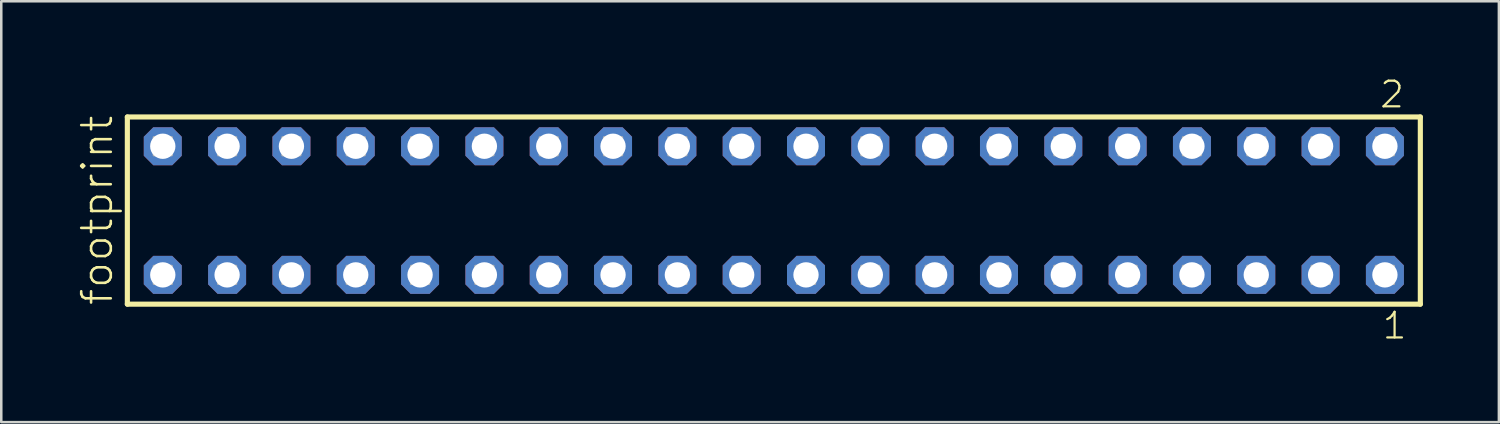
<source format=kicad_pcb>
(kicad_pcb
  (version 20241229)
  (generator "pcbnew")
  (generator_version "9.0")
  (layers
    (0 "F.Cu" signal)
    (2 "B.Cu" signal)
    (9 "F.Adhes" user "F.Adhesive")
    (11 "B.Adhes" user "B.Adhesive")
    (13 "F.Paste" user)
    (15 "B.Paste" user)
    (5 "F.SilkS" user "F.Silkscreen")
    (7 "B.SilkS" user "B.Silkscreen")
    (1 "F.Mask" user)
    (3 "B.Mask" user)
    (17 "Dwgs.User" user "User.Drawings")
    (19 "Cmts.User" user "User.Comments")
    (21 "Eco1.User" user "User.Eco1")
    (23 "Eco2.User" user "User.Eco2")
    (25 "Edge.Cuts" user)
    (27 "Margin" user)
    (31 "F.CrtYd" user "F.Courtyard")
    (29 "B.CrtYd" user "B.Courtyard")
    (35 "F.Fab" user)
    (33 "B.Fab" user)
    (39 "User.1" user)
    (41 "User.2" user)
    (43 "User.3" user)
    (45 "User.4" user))
  (footprint "footprint"
    (layer "F.Cu")
    (at 27.508 5.265)
    (property "Reference" "footprint" (at -26.035 3.81 90) (layer "F.SilkS") (effects (font (size 1.168 1.168) (thickness 0.102)) (justify left bottom)))
    (fp_line (start -25.529 -3.695) (end 25.529 -3.695) (stroke (width 0.203) (type solid)) (layer "F.SilkS"))
    (fp_line (start -25.529 3.695) (end -25.529 -3.695) (stroke (width 0.203) (type solid)) (layer "F.SilkS"))
    (fp_line (start 25.529 -3.695) (end 25.529 3.695) (stroke (width 0.203) (type solid)) (layer "F.SilkS"))
    (fp_line (start 25.529 3.695) (end -25.529 3.695) (stroke (width 0.203) (type solid)) (layer "F.SilkS"))
    (fp_poly (pts (xy -24.48 -2.19) (xy -23.78 -2.19) (xy -23.78 -2.89) (xy -24.48 -2.89)) (stroke (width 0.1) (type solid)) (fill no) (layer "F.Fab"))
    (fp_poly (pts (xy -24.48 2.89) (xy -23.78 2.89) (xy -23.78 2.19) (xy -24.48 2.19)) (stroke (width 0.1) (type solid)) (fill no) (layer "F.Fab"))
    (fp_poly (pts (xy -21.94 -2.19) (xy -21.24 -2.19) (xy -21.24 -2.89) (xy -21.94 -2.89)) (stroke (width 0.1) (type solid)) (fill no) (layer "F.Fab"))
    (fp_poly (pts (xy -21.94 2.89) (xy -21.24 2.89) (xy -21.24 2.19) (xy -21.94 2.19)) (stroke (width 0.1) (type solid)) (fill no) (layer "F.Fab"))
    (fp_poly (pts (xy -19.4 -2.19) (xy -18.7 -2.19) (xy -18.7 -2.89) (xy -19.4 -2.89)) (stroke (width 0.1) (type solid)) (fill no) (layer "F.Fab"))
    (fp_poly (pts (xy -19.4 2.89) (xy -18.7 2.89) (xy -18.7 2.19) (xy -19.4 2.19)) (stroke (width 0.1) (type solid)) (fill no) (layer "F.Fab"))
    (fp_poly (pts (xy -16.86 -2.19) (xy -16.16 -2.19) (xy -16.16 -2.89) (xy -16.86 -2.89)) (stroke (width 0.1) (type solid)) (fill no) (layer "F.Fab"))
    (fp_poly (pts (xy -16.86 2.89) (xy -16.16 2.89) (xy -16.16 2.19) (xy -16.86 2.19)) (stroke (width 0.1) (type solid)) (fill no) (layer "F.Fab"))
    (fp_poly (pts (xy -14.32 -2.19) (xy -13.62 -2.19) (xy -13.62 -2.89) (xy -14.32 -2.89)) (stroke (width 0.1) (type solid)) (fill no) (layer "F.Fab"))
    (fp_poly (pts (xy -14.32 2.89) (xy -13.62 2.89) (xy -13.62 2.19) (xy -14.32 2.19)) (stroke (width 0.1) (type solid)) (fill no) (layer "F.Fab"))
    (fp_poly (pts (xy -11.78 -2.19) (xy -11.08 -2.19) (xy -11.08 -2.89) (xy -11.78 -2.89)) (stroke (width 0.1) (type solid)) (fill no) (layer "F.Fab"))
    (fp_poly (pts (xy -11.78 2.89) (xy -11.08 2.89) (xy -11.08 2.19) (xy -11.78 2.19)) (stroke (width 0.1) (type solid)) (fill no) (layer "F.Fab"))
    (fp_poly (pts (xy -9.24 -2.19) (xy -8.54 -2.19) (xy -8.54 -2.89) (xy -9.24 -2.89)) (stroke (width 0.1) (type solid)) (fill no) (layer "F.Fab"))
    (fp_poly (pts (xy -9.24 2.89) (xy -8.54 2.89) (xy -8.54 2.19) (xy -9.24 2.19)) (stroke (width 0.1) (type solid)) (fill no) (layer "F.Fab"))
    (fp_poly (pts (xy -6.7 -2.19) (xy -6 -2.19) (xy -6 -2.89) (xy -6.7 -2.89)) (stroke (width 0.1) (type solid)) (fill no) (layer "F.Fab"))
    (fp_poly (pts (xy -6.7 2.89) (xy -6 2.89) (xy -6 2.19) (xy -6.7 2.19)) (stroke (width 0.1) (type solid)) (fill no) (layer "F.Fab"))
    (fp_poly (pts (xy -4.16 -2.19) (xy -3.46 -2.19) (xy -3.46 -2.89) (xy -4.16 -2.89)) (stroke (width 0.1) (type solid)) (fill no) (layer "F.Fab"))
    (fp_poly (pts (xy -4.16 2.89) (xy -3.46 2.89) (xy -3.46 2.19) (xy -4.16 2.19)) (stroke (width 0.1) (type solid)) (fill no) (layer "F.Fab"))
    (fp_poly (pts (xy -1.62 -2.19) (xy -0.92 -2.19) (xy -0.92 -2.89) (xy -1.62 -2.89)) (stroke (width 0.1) (type solid)) (fill no) (layer "F.Fab"))
    (fp_poly (pts (xy -1.62 2.89) (xy -0.92 2.89) (xy -0.92 2.19) (xy -1.62 2.19)) (stroke (width 0.1) (type solid)) (fill no) (layer "F.Fab"))
    (fp_poly (pts (xy 0.92 -2.19) (xy 1.62 -2.19) (xy 1.62 -2.89) (xy 0.92 -2.89)) (stroke (width 0.1) (type solid)) (fill no) (layer "F.Fab"))
    (fp_poly (pts (xy 0.92 2.89) (xy 1.62 2.89) (xy 1.62 2.19) (xy 0.92 2.19)) (stroke (width 0.1) (type solid)) (fill no) (layer "F.Fab"))
    (fp_poly (pts (xy 3.46 -2.19) (xy 4.16 -2.19) (xy 4.16 -2.89) (xy 3.46 -2.89)) (stroke (width 0.1) (type solid)) (fill no) (layer "F.Fab"))
    (fp_poly (pts (xy 3.46 2.89) (xy 4.16 2.89) (xy 4.16 2.19) (xy 3.46 2.19)) (stroke (width 0.1) (type solid)) (fill no) (layer "F.Fab"))
    (fp_poly (pts (xy 6 -2.19) (xy 6.7 -2.19) (xy 6.7 -2.89) (xy 6 -2.89)) (stroke (width 0.1) (type solid)) (fill no) (layer "F.Fab"))
    (fp_poly (pts (xy 6 2.89) (xy 6.7 2.89) (xy 6.7 2.19) (xy 6 2.19)) (stroke (width 0.1) (type solid)) (fill no) (layer "F.Fab"))
    (fp_poly (pts (xy 8.54 -2.19) (xy 9.24 -2.19) (xy 9.24 -2.89) (xy 8.54 -2.89)) (stroke (width 0.1) (type solid)) (fill no) (layer "F.Fab"))
    (fp_poly (pts (xy 8.54 2.89) (xy 9.24 2.89) (xy 9.24 2.19) (xy 8.54 2.19)) (stroke (width 0.1) (type solid)) (fill no) (layer "F.Fab"))
    (fp_poly (pts (xy 11.08 -2.19) (xy 11.78 -2.19) (xy 11.78 -2.89) (xy 11.08 -2.89)) (stroke (width 0.1) (type solid)) (fill no) (layer "F.Fab"))
    (fp_poly (pts (xy 11.08 2.89) (xy 11.78 2.89) (xy 11.78 2.19) (xy 11.08 2.19)) (stroke (width 0.1) (type solid)) (fill no) (layer "F.Fab"))
    (fp_poly (pts (xy 13.62 -2.19) (xy 14.32 -2.19) (xy 14.32 -2.89) (xy 13.62 -2.89)) (stroke (width 0.1) (type solid)) (fill no) (layer "F.Fab"))
    (fp_poly (pts (xy 13.62 2.89) (xy 14.32 2.89) (xy 14.32 2.19) (xy 13.62 2.19)) (stroke (width 0.1) (type solid)) (fill no) (layer "F.Fab"))
    (fp_poly (pts (xy 16.16 -2.19) (xy 16.86 -2.19) (xy 16.86 -2.89) (xy 16.16 -2.89)) (stroke (width 0.1) (type solid)) (fill no) (layer "F.Fab"))
    (fp_poly (pts (xy 16.16 2.89) (xy 16.86 2.89) (xy 16.86 2.19) (xy 16.16 2.19)) (stroke (width 0.1) (type solid)) (fill no) (layer "F.Fab"))
    (fp_poly (pts (xy 18.7 -2.19) (xy 19.4 -2.19) (xy 19.4 -2.89) (xy 18.7 -2.89)) (stroke (width 0.1) (type solid)) (fill no) (layer "F.Fab"))
    (fp_poly (pts (xy 18.7 2.89) (xy 19.4 2.89) (xy 19.4 2.19) (xy 18.7 2.19)) (stroke (width 0.1) (type solid)) (fill no) (layer "F.Fab"))
    (fp_poly (pts (xy 21.24 -2.19) (xy 21.94 -2.19) (xy 21.94 -2.89) (xy 21.24 -2.89)) (stroke (width 0.1) (type solid)) (fill no) (layer "F.Fab"))
    (fp_poly (pts (xy 21.24 2.89) (xy 21.94 2.89) (xy 21.94 2.19) (xy 21.24 2.19)) (stroke (width 0.1) (type solid)) (fill no) (layer "F.Fab"))
    (fp_poly (pts (xy 23.78 -2.19) (xy 24.48 -2.19) (xy 24.48 -2.89) (xy 23.78 -2.89)) (stroke (width 0.1) (type solid)) (fill no) (layer "F.Fab"))
    (fp_poly (pts (xy 23.78 2.89) (xy 24.48 2.89) (xy 24.48 2.19) (xy 23.78 2.19)) (stroke (width 0.1) (type solid)) (fill no) (layer "F.Fab"))
    (fp_text user "2" (at 23.872 -3.989 0) (layer "F.SilkS") (effects (font (size 1.012 1.012) (thickness 0.088)) (justify left bottom)))
    (fp_text user "1" (at 23.972 5.138 0) (layer "F.SilkS") (effects (font (size 1.012 1.012) (thickness 0.088)) (justify left bottom)))
    (pad "1" thru_hole roundrect (at 24.13 2.54 180) (size 1.5 1.5) (drill 1) (layers "*.Cu" "*.Mask") (roundrect_rratio 0.25) (chamfer_ratio 0.25) (chamfer top_left top_right bottom_left bottom_right))
    (pad "2" thru_hole roundrect (at 24.13 -2.54 180) (size 1.5 1.5) (drill 1) (layers "*.Cu" "*.Mask") (roundrect_rratio 0.25) (chamfer_ratio 0.25) (chamfer top_left top_right bottom_left bottom_right))
    (pad "3" thru_hole roundrect (at 21.59 2.54 180) (size 1.5 1.5) (drill 1) (layers "*.Cu" "*.Mask") (roundrect_rratio 0.25) (chamfer_ratio 0.25) (chamfer top_left top_right bottom_left bottom_right))
    (pad "4" thru_hole roundrect (at 21.59 -2.54 180) (size 1.5 1.5) (drill 1) (layers "*.Cu" "*.Mask") (roundrect_rratio 0.25) (chamfer_ratio 0.25) (chamfer top_left top_right bottom_left bottom_right))
    (pad "5" thru_hole roundrect (at 19.05 2.54 180) (size 1.5 1.5) (drill 1) (layers "*.Cu" "*.Mask") (roundrect_rratio 0.25) (chamfer_ratio 0.25) (chamfer top_left top_right bottom_left bottom_right))
    (pad "6" thru_hole roundrect (at 19.05 -2.54 180) (size 1.5 1.5) (drill 1) (layers "*.Cu" "*.Mask") (roundrect_rratio 0.25) (chamfer_ratio 0.25) (chamfer top_left top_right bottom_left bottom_right))
    (pad "7" thru_hole roundrect (at 16.51 2.54 180) (size 1.5 1.5) (drill 1) (layers "*.Cu" "*.Mask") (roundrect_rratio 0.25) (chamfer_ratio 0.25) (chamfer top_left top_right bottom_left bottom_right))
    (pad "8" thru_hole roundrect (at 16.51 -2.54 180) (size 1.5 1.5) (drill 1) (layers "*.Cu" "*.Mask") (roundrect_rratio 0.25) (chamfer_ratio 0.25) (chamfer top_left top_right bottom_left bottom_right))
    (pad "9" thru_hole roundrect (at 13.97 2.54 180) (size 1.5 1.5) (drill 1) (layers "*.Cu" "*.Mask") (roundrect_rratio 0.25) (chamfer_ratio 0.25) (chamfer top_left top_right bottom_left bottom_right))
    (pad "10" thru_hole roundrect (at 13.97 -2.54 180) (size 1.5 1.5) (drill 1) (layers "*.Cu" "*.Mask") (roundrect_rratio 0.25) (chamfer_ratio 0.25) (chamfer top_left top_right bottom_left bottom_right))
    (pad "11" thru_hole roundrect (at 11.43 2.54 180) (size 1.5 1.5) (drill 1) (layers "*.Cu" "*.Mask") (roundrect_rratio 0.25) (chamfer_ratio 0.25) (chamfer top_left top_right bottom_left bottom_right))
    (pad "12" thru_hole roundrect (at 11.43 -2.54 180) (size 1.5 1.5) (drill 1) (layers "*.Cu" "*.Mask") (roundrect_rratio 0.25) (chamfer_ratio 0.25) (chamfer top_left top_right bottom_left bottom_right))
    (pad "13" thru_hole roundrect (at 8.89 2.54 180) (size 1.5 1.5) (drill 1) (layers "*.Cu" "*.Mask") (roundrect_rratio 0.25) (chamfer_ratio 0.25) (chamfer top_left top_right bottom_left bottom_right))
    (pad "14" thru_hole roundrect (at 8.89 -2.54 180) (size 1.5 1.5) (drill 1) (layers "*.Cu" "*.Mask") (roundrect_rratio 0.25) (chamfer_ratio 0.25) (chamfer top_left top_right bottom_left bottom_right))
    (pad "15" thru_hole roundrect (at 6.35 2.54 180) (size 1.5 1.5) (drill 1) (layers "*.Cu" "*.Mask") (roundrect_rratio 0.25) (chamfer_ratio 0.25) (chamfer top_left top_right bottom_left bottom_right))
    (pad "16" thru_hole roundrect (at 6.35 -2.54 180) (size 1.5 1.5) (drill 1) (layers "*.Cu" "*.Mask") (roundrect_rratio 0.25) (chamfer_ratio 0.25) (chamfer top_left top_right bottom_left bottom_right))
    (pad "17" thru_hole roundrect (at 3.81 2.54 180) (size 1.5 1.5) (drill 1) (layers "*.Cu" "*.Mask") (roundrect_rratio 0.25) (chamfer_ratio 0.25) (chamfer top_left top_right bottom_left bottom_right))
    (pad "18" thru_hole roundrect (at 3.81 -2.54 180) (size 1.5 1.5) (drill 1) (layers "*.Cu" "*.Mask") (roundrect_rratio 0.25) (chamfer_ratio 0.25) (chamfer top_left top_right bottom_left bottom_right))
    (pad "19" thru_hole roundrect (at 1.27 2.54 180) (size 1.5 1.5) (drill 1) (layers "*.Cu" "*.Mask") (roundrect_rratio 0.25) (chamfer_ratio 0.25) (chamfer top_left top_right bottom_left bottom_right))
    (pad "20" thru_hole roundrect (at 1.27 -2.54 180) (size 1.5 1.5) (drill 1) (layers "*.Cu" "*.Mask") (roundrect_rratio 0.25) (chamfer_ratio 0.25) (chamfer top_left top_right bottom_left bottom_right))
    (pad "21" thru_hole roundrect (at -1.27 2.54 180) (size 1.5 1.5) (drill 1) (layers "*.Cu" "*.Mask") (roundrect_rratio 0.25) (chamfer_ratio 0.25) (chamfer top_left top_right bottom_left bottom_right))
    (pad "22" thru_hole roundrect (at -1.27 -2.54 180) (size 1.5 1.5) (drill 1) (layers "*.Cu" "*.Mask") (roundrect_rratio 0.25) (chamfer_ratio 0.25) (chamfer top_left top_right bottom_left bottom_right))
    (pad "23" thru_hole roundrect (at -3.81 2.54 180) (size 1.5 1.5) (drill 1) (layers "*.Cu" "*.Mask") (roundrect_rratio 0.25) (chamfer_ratio 0.25) (chamfer top_left top_right bottom_left bottom_right))
    (pad "24" thru_hole roundrect (at -3.81 -2.54 180) (size 1.5 1.5) (drill 1) (layers "*.Cu" "*.Mask") (roundrect_rratio 0.25) (chamfer_ratio 0.25) (chamfer top_left top_right bottom_left bottom_right))
    (pad "25" thru_hole roundrect (at -6.35 2.54 180) (size 1.5 1.5) (drill 1) (layers "*.Cu" "*.Mask") (roundrect_rratio 0.25) (chamfer_ratio 0.25) (chamfer top_left top_right bottom_left bottom_right))
    (pad "26" thru_hole roundrect (at -6.35 -2.54 180) (size 1.5 1.5) (drill 1) (layers "*.Cu" "*.Mask") (roundrect_rratio 0.25) (chamfer_ratio 0.25) (chamfer top_left top_right bottom_left bottom_right))
    (pad "27" thru_hole roundrect (at -8.89 2.54 180) (size 1.5 1.5) (drill 1) (layers "*.Cu" "*.Mask") (roundrect_rratio 0.25) (chamfer_ratio 0.25) (chamfer top_left top_right bottom_left bottom_right))
    (pad "28" thru_hole roundrect (at -8.89 -2.54 180) (size 1.5 1.5) (drill 1) (layers "*.Cu" "*.Mask") (roundrect_rratio 0.25) (chamfer_ratio 0.25) (chamfer top_left top_right bottom_left bottom_right))
    (pad "29" thru_hole roundrect (at -11.43 2.54 180) (size 1.5 1.5) (drill 1) (layers "*.Cu" "*.Mask") (roundrect_rratio 0.25) (chamfer_ratio 0.25) (chamfer top_left top_right bottom_left bottom_right))
    (pad "30" thru_hole roundrect (at -11.43 -2.54 180) (size 1.5 1.5) (drill 1) (layers "*.Cu" "*.Mask") (roundrect_rratio 0.25) (chamfer_ratio 0.25) (chamfer top_left top_right bottom_left bottom_right))
    (pad "31" thru_hole roundrect (at -13.97 2.54 180) (size 1.5 1.5) (drill 1) (layers "*.Cu" "*.Mask") (roundrect_rratio 0.25) (chamfer_ratio 0.25) (chamfer top_left top_right bottom_left bottom_right))
    (pad "32" thru_hole roundrect (at -13.97 -2.54 180) (size 1.5 1.5) (drill 1) (layers "*.Cu" "*.Mask") (roundrect_rratio 0.25) (chamfer_ratio 0.25) (chamfer top_left top_right bottom_left bottom_right))
    (pad "33" thru_hole roundrect (at -16.51 2.54 180) (size 1.5 1.5) (drill 1) (layers "*.Cu" "*.Mask") (roundrect_rratio 0.25) (chamfer_ratio 0.25) (chamfer top_left top_right bottom_left bottom_right))
    (pad "34" thru_hole roundrect (at -16.51 -2.54 180) (size 1.5 1.5) (drill 1) (layers "*.Cu" "*.Mask") (roundrect_rratio 0.25) (chamfer_ratio 0.25) (chamfer top_left top_right bottom_left bottom_right))
    (pad "35" thru_hole roundrect (at -19.05 2.54 180) (size 1.5 1.5) (drill 1) (layers "*.Cu" "*.Mask") (roundrect_rratio 0.25) (chamfer_ratio 0.25) (chamfer top_left top_right bottom_left bottom_right))
    (pad "36" thru_hole roundrect (at -19.05 -2.54 180) (size 1.5 1.5) (drill 1) (layers "*.Cu" "*.Mask") (roundrect_rratio 0.25) (chamfer_ratio 0.25) (chamfer top_left top_right bottom_left bottom_right))
    (pad "37" thru_hole roundrect (at -21.59 2.54 180) (size 1.5 1.5) (drill 1) (layers "*.Cu" "*.Mask") (roundrect_rratio 0.25) (chamfer_ratio 0.25) (chamfer top_left top_right bottom_left bottom_right))
    (pad "38" thru_hole roundrect (at -21.59 -2.54 180) (size 1.5 1.5) (drill 1) (layers "*.Cu" "*.Mask") (roundrect_rratio 0.25) (chamfer_ratio 0.25) (chamfer top_left top_right bottom_left bottom_right))
    (pad "39" thru_hole roundrect (at -24.13 2.54 180) (size 1.5 1.5) (drill 1) (layers "*.Cu" "*.Mask") (roundrect_rratio 0.25) (chamfer_ratio 0.25) (chamfer top_left top_right bottom_left bottom_right))
    (pad "40" thru_hole roundrect (at -24.13 -2.54 180) (size 1.5 1.5) (drill 1) (layers "*.Cu" "*.Mask") (roundrect_rratio 0.25) (chamfer_ratio 0.25) (chamfer top_left top_right bottom_left bottom_right)))
  (gr_rect
    (start -3 -3)
    (end 56.139 13.62)
    (stroke (width 0.1) (type default))
    (fill no)
    (layer "Edge.Cuts")))
</source>
